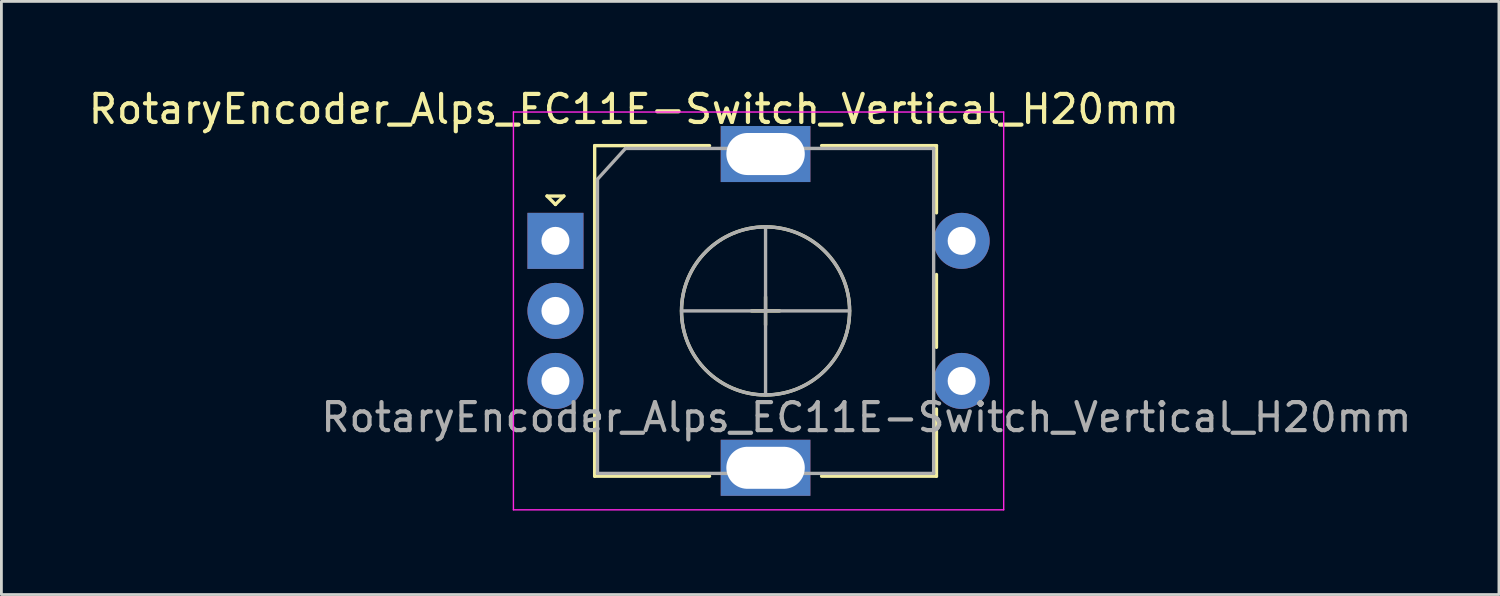
<source format=kicad_pcb>
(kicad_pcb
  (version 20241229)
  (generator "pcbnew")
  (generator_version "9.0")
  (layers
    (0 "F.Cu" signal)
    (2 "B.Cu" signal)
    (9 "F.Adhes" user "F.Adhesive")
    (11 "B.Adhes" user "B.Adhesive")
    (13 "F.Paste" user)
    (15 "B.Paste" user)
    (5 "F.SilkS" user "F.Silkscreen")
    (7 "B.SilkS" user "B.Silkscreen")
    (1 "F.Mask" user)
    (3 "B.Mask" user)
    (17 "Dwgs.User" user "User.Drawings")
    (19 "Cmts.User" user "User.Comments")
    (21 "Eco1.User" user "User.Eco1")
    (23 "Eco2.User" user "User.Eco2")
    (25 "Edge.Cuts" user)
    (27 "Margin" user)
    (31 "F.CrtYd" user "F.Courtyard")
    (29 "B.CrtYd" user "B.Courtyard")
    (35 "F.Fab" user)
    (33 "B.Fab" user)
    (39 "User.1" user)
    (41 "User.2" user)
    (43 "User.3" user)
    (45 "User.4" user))
  (footprint "RotaryEncoder_Alps_EC11E-Switch_Vertical_H20mm"
    (layer "F.Cu")
    (at 16.777 5.548)
    (property "Reference" "RotaryEncoder_Alps_EC11E-Switch_Vertical_H20mm" (at 2.8 -4.7 0) (layer "F.SilkS") (effects (font (size 1 1) (thickness 0.15))))
    (attr through_hole)
    (fp_line (start -0.3 -1.6) (end 0.3 -1.6) (stroke (width 0.12) (type solid)) (layer "F.SilkS"))
    (fp_line (start 0 -1.3) (end -0.3 -1.6) (stroke (width 0.12) (type solid)) (layer "F.SilkS"))
    (fp_line (start 0.3 -1.6) (end 0 -1.3) (stroke (width 0.12) (type solid)) (layer "F.SilkS"))
    (fp_line (start 1.4 -3.4) (end 1.4 8.4) (stroke (width 0.12) (type solid)) (layer "F.SilkS"))
    (fp_line (start 5.5 -3.4) (end 1.4 -3.4) (stroke (width 0.12) (type solid)) (layer "F.SilkS"))
    (fp_line (start 5.5 8.4) (end 1.4 8.4) (stroke (width 0.12) (type solid)) (layer "F.SilkS"))
    (fp_line (start 7 2.5) (end 8 2.5) (stroke (width 0.12) (type solid)) (layer "F.SilkS"))
    (fp_line (start 7.5 2) (end 7.5 3) (stroke (width 0.12) (type solid)) (layer "F.SilkS"))
    (fp_line (start 9.5 -3.4) (end 13.6 -3.4) (stroke (width 0.12) (type solid)) (layer "F.SilkS"))
    (fp_line (start 13.6 -3.4) (end 13.6 -1) (stroke (width 0.12) (type solid)) (layer "F.SilkS"))
    (fp_line (start 13.6 1.2) (end 13.6 3.8) (stroke (width 0.12) (type solid)) (layer "F.SilkS"))
    (fp_line (start 13.6 6) (end 13.6 8.4) (stroke (width 0.12) (type solid)) (layer "F.SilkS"))
    (fp_line (start 13.6 8.4) (end 9.5 8.4) (stroke (width 0.12) (type solid)) (layer "F.SilkS"))
    (fp_circle (center 7.5 2.5) (end 10.5 2.5) (stroke (width 0.12) (type solid)) (fill no) (layer "F.SilkS"))
    (fp_line (start -1.5 -4.6) (end -1.5 9.6) (stroke (width 0.05) (type solid)) (layer "F.CrtYd"))
    (fp_line (start -1.5 -4.6) (end 16 -4.6) (stroke (width 0.05) (type solid)) (layer "F.CrtYd"))
    (fp_line (start 16 9.6) (end -1.5 9.6) (stroke (width 0.05) (type solid)) (layer "F.CrtYd"))
    (fp_line (start 16 9.6) (end 16 -4.6) (stroke (width 0.05) (type solid)) (layer "F.CrtYd"))
    (fp_line (start 1.5 -2.2) (end 2.5 -3.3) (stroke (width 0.12) (type solid)) (layer "F.Fab"))
    (fp_line (start 1.5 8.3) (end 1.5 -2.2) (stroke (width 0.12) (type solid)) (layer "F.Fab"))
    (fp_line (start 2.5 -3.3) (end 13.5 -3.3) (stroke (width 0.12) (type solid)) (layer "F.Fab"))
    (fp_line (start 4.5 2.5) (end 10.5 2.5) (stroke (width 0.12) (type solid)) (layer "F.Fab"))
    (fp_line (start 7.5 -0.5) (end 7.5 5.5) (stroke (width 0.12) (type solid)) (layer "F.Fab"))
    (fp_line (start 13.5 -3.3) (end 13.5 8.3) (stroke (width 0.12) (type solid)) (layer "F.Fab"))
    (fp_line (start 13.5 8.3) (end 1.5 8.3) (stroke (width 0.12) (type solid)) (layer "F.Fab"))
    (fp_circle (center 7.5 2.5) (end 10.5 2.5) (stroke (width 0.12) (type solid)) (fill no) (layer "F.Fab"))
    (fp_text user "${REFERENCE}" (at 11.1 6.3 0) (layer "F.Fab") (effects (font (size 1 1) (thickness 0.15))))
    (pad "A" thru_hole rect (at 0 0) (size 2 2) (drill 1) (layers "*.Cu" "*.Mask"))
    (pad "B" thru_hole circle (at 0 5) (size 2 2) (drill 1) (layers "*.Cu" "*.Mask"))
    (pad "C" thru_hole circle (at 0 2.5) (size 2 2) (drill 1) (layers "*.Cu" "*.Mask"))
    (pad "MP" thru_hole rect (at 7.5 -3.1) (size 3.2 2) (drill oval 2.8 1.5) (layers "*.Cu" "*.Mask"))
    (pad "MP" thru_hole rect (at 7.5 8.1) (size 3.2 2) (drill oval 2.8 1.5) (layers "*.Cu" "*.Mask"))
    (pad "S1" thru_hole circle (at 14.5 5) (size 2 2) (drill 1) (layers "*.Cu" "*.Mask"))
    (pad "S2" thru_hole circle (at 14.5 0) (size 2 2) (drill 1) (layers "*.Cu" "*.Mask")))
  (gr_rect
    (start -3 -3)
    (end 50.455 18.173)
    (stroke (width 0.1) (type default))
    (fill no)
    (layer "Edge.Cuts")))
</source>
